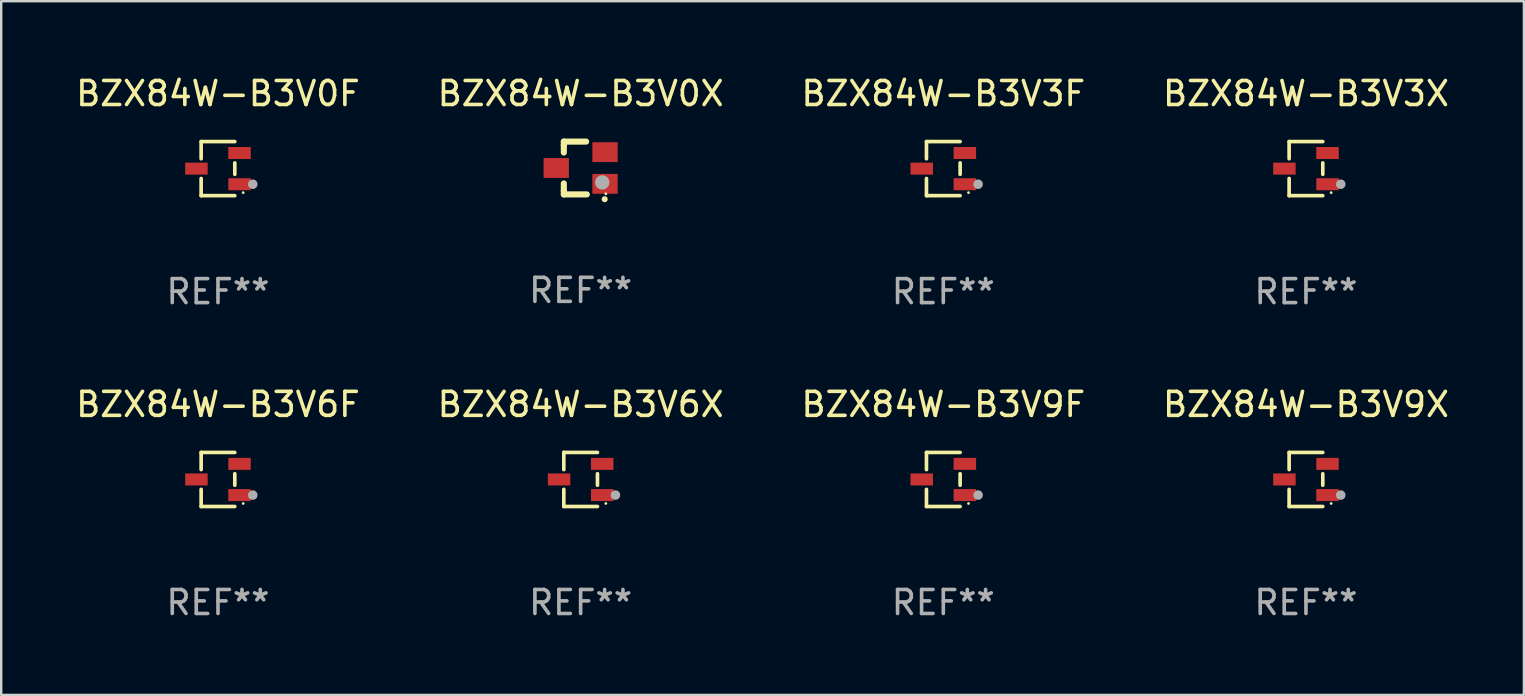
<source format=kicad_pcb>
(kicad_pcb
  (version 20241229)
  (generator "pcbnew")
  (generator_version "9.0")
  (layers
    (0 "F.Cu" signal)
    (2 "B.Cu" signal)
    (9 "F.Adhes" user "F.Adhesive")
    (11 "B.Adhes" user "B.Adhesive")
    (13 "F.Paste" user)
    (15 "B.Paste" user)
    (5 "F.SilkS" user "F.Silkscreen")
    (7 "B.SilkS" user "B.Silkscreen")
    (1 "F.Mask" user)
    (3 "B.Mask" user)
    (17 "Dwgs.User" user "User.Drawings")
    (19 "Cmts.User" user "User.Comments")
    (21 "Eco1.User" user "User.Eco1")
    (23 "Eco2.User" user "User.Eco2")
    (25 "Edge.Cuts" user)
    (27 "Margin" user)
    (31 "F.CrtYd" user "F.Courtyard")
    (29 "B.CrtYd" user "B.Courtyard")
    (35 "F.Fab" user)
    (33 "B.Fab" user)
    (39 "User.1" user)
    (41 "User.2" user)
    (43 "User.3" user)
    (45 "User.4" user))
  (footprint "BZX84W-B3V0X"
    (layer "F.Cu")
    (at 21.137 3.948)
    (property "Reference" "BZX84W-B3V0X" (at 0 -3.1 0) (layer "F.SilkS") (effects (font (size 1 1) (thickness 0.15))))
    (attr through_hole)
    (fp_line (start -0.701 -0.95) (end -0.701 -1.1) (stroke (width 0.254) (type solid)) (layer "F.SilkS"))
    (fp_line (start -0.701 -0.644) (end -0.701 -0.95) (stroke (width 0.254) (type solid)) (layer "F.SilkS"))
    (fp_line (start -0.701 0.95) (end -0.701 0.644) (stroke (width 0.254) (type solid)) (layer "F.SilkS"))
    (fp_line (start -0.701 0.95) (end -0.701 1.1) (stroke (width 0.254) (type solid)) (layer "F.SilkS"))
    (fp_line (start -0.7 -1.1) (end 0.23 -1.1) (stroke (width 0.254) (type solid)) (layer "F.SilkS"))
    (fp_line (start -0.7 1.1) (end 0.258 1.1) (stroke (width 0.254) (type solid)) (layer "F.SilkS"))
    (fp_arc (start 1 1.3) (mid 1.00127 1.299994) (end 1.00254 1.3) (stroke (width 0.24892) (type solid)) (layer "F.SilkS"))
    (fp_circle (center 1.05 1.075) (end 1.08 1.075) (stroke (width 0.06) (type solid)) (fill no) (layer "F.SilkS"))
    (fp_circle (center 0.9 0.6) (end 1.05 0.6) (stroke (width 0.3) (type solid)) (fill no) (layer "F.Fab"))
    (fp_text user "REF**" (at 0 5.1 0) (layer "F.Fab") (effects (font (size 1 1) (thickness 0.15))))
    (pad "1" smd rect (at 1.016 0.66) (size 1.054 0.826) (layers "F.Cu" "F.Mask" "F.Paste"))
    (pad "2" smd rect (at 1.016 -0.66) (size 1.054 0.826) (layers "F.Cu" "F.Mask" "F.Paste"))
    (pad "3" smd rect (at -1.016 0) (size 1.054 0.826) (layers "F.Cu" "F.Mask" "F.Paste")))
  (footprint "BZX84W-B3V0F"
    (layer "F.Cu")
    (at 6.03 3.974)
    (property "Reference" "BZX84W-B3V0F" (at 0 -3.126 0) (layer "F.SilkS") (effects (font (size 1 1) (thickness 0.15))))
    (attr through_hole)
    (fp_line (start -0.701 -1.126) (end -0.701 -0.411) (stroke (width 0.152) (type solid)) (layer "F.SilkS"))
    (fp_line (start -0.701 1.126) (end -0.701 0.411) (stroke (width 0.152) (type solid)) (layer "F.SilkS"))
    (fp_line (start 0.701 -1.126) (end -0.701 -1.126) (stroke (width 0.152) (type solid)) (layer "F.SilkS"))
    (fp_line (start 0.701 -0.239) (end 0.701 0.239) (stroke (width 0.152) (type solid)) (layer "F.SilkS"))
    (fp_line (start 0.701 1.126) (end -0.701 1.126) (stroke (width 0.152) (type solid)) (layer "F.SilkS"))
    (fp_circle (center 1.05 1) (end 1.08 1) (stroke (width 0.06) (type solid)) (fill no) (layer "F.SilkS"))
    (fp_circle (center 1.45 0.65) (end 1.55 0.65) (stroke (width 0.2) (type solid)) (fill no) (layer "F.Fab"))
    (fp_text user "REF**" (at 0 5.126 0) (layer "F.Fab") (effects (font (size 1 1) (thickness 0.15))))
    (pad "1" smd rect (at 0.898 0.65) (size 0.936 0.5) (layers "F.Cu" "F.Mask" "F.Paste"))
    (pad "2" smd rect (at 0.898 -0.65) (size 0.936 0.5) (layers "F.Cu" "F.Mask" "F.Paste"))
    (pad "3" smd rect (at -0.898 0) (size 0.936 0.5) (layers "F.Cu" "F.Mask" "F.Paste")))
  (footprint "BZX84W-B3V9F"
    (layer "F.Cu")
    (at 36.244 16.923)
    (property "Reference" "BZX84W-B3V9F" (at 0 -3.126 0) (layer "F.SilkS") (effects (font (size 1 1) (thickness 0.15))))
    (attr through_hole)
    (fp_line (start -0.701 -1.126) (end -0.701 -0.411) (stroke (width 0.152) (type solid)) (layer "F.SilkS"))
    (fp_line (start -0.701 1.126) (end -0.701 0.411) (stroke (width 0.152) (type solid)) (layer "F.SilkS"))
    (fp_line (start 0.701 -1.126) (end -0.701 -1.126) (stroke (width 0.152) (type solid)) (layer "F.SilkS"))
    (fp_line (start 0.701 -0.239) (end 0.701 0.239) (stroke (width 0.152) (type solid)) (layer "F.SilkS"))
    (fp_line (start 0.701 1.126) (end -0.701 1.126) (stroke (width 0.152) (type solid)) (layer "F.SilkS"))
    (fp_circle (center 1.05 1) (end 1.08 1) (stroke (width 0.06) (type solid)) (fill no) (layer "F.SilkS"))
    (fp_circle (center 1.45 0.65) (end 1.55 0.65) (stroke (width 0.2) (type solid)) (fill no) (layer "F.Fab"))
    (fp_text user "REF**" (at 0 5.126 0) (layer "F.Fab") (effects (font (size 1 1) (thickness 0.15))))
    (pad "1" smd rect (at 0.898 0.65) (size 0.936 0.5) (layers "F.Cu" "F.Mask" "F.Paste"))
    (pad "2" smd rect (at 0.898 -0.65) (size 0.936 0.5) (layers "F.Cu" "F.Mask" "F.Paste"))
    (pad "3" smd rect (at -0.898 0) (size 0.936 0.5) (layers "F.Cu" "F.Mask" "F.Paste")))
  (footprint "BZX84W-B3V3F"
    (layer "F.Cu")
    (at 36.244 3.974)
    (property "Reference" "BZX84W-B3V3F" (at 0 -3.126 0) (layer "F.SilkS") (effects (font (size 1 1) (thickness 0.15))))
    (attr through_hole)
    (fp_line (start -0.701 -1.126) (end -0.701 -0.411) (stroke (width 0.152) (type solid)) (layer "F.SilkS"))
    (fp_line (start -0.701 1.126) (end -0.701 0.411) (stroke (width 0.152) (type solid)) (layer "F.SilkS"))
    (fp_line (start 0.701 -1.126) (end -0.701 -1.126) (stroke (width 0.152) (type solid)) (layer "F.SilkS"))
    (fp_line (start 0.701 -0.239) (end 0.701 0.239) (stroke (width 0.152) (type solid)) (layer "F.SilkS"))
    (fp_line (start 0.701 1.126) (end -0.701 1.126) (stroke (width 0.152) (type solid)) (layer "F.SilkS"))
    (fp_circle (center 1.05 1) (end 1.08 1) (stroke (width 0.06) (type solid)) (fill no) (layer "F.SilkS"))
    (fp_circle (center 1.45 0.65) (end 1.55 0.65) (stroke (width 0.2) (type solid)) (fill no) (layer "F.Fab"))
    (fp_text user "REF**" (at 0 5.126 0) (layer "F.Fab") (effects (font (size 1 1) (thickness 0.15))))
    (pad "1" smd rect (at 0.898 0.65) (size 0.936 0.5) (layers "F.Cu" "F.Mask" "F.Paste"))
    (pad "2" smd rect (at 0.898 -0.65) (size 0.936 0.5) (layers "F.Cu" "F.Mask" "F.Paste"))
    (pad "3" smd rect (at -0.898 0) (size 0.936 0.5) (layers "F.Cu" "F.Mask" "F.Paste")))
  (footprint "BZX84W-B3V9X"
    (layer "F.Cu")
    (at 51.351 16.923)
    (property "Reference" "BZX84W-B3V9X" (at 0 -3.126 0) (layer "F.SilkS") (effects (font (size 1 1) (thickness 0.15))))
    (attr through_hole)
    (fp_line (start -0.701 -1.126) (end -0.701 -0.411) (stroke (width 0.152) (type solid)) (layer "F.SilkS"))
    (fp_line (start -0.701 1.126) (end -0.701 0.411) (stroke (width 0.152) (type solid)) (layer "F.SilkS"))
    (fp_line (start 0.701 -1.126) (end -0.701 -1.126) (stroke (width 0.152) (type solid)) (layer "F.SilkS"))
    (fp_line (start 0.701 -0.239) (end 0.701 0.239) (stroke (width 0.152) (type solid)) (layer "F.SilkS"))
    (fp_line (start 0.701 1.126) (end -0.701 1.126) (stroke (width 0.152) (type solid)) (layer "F.SilkS"))
    (fp_circle (center 1.05 1) (end 1.08 1) (stroke (width 0.06) (type solid)) (fill no) (layer "F.SilkS"))
    (fp_circle (center 1.45 0.65) (end 1.55 0.65) (stroke (width 0.2) (type solid)) (fill no) (layer "F.Fab"))
    (fp_text user "REF**" (at 0 5.126 0) (layer "F.Fab") (effects (font (size 1 1) (thickness 0.15))))
    (pad "1" smd rect (at 0.898 0.65) (size 0.936 0.5) (layers "F.Cu" "F.Mask" "F.Paste"))
    (pad "2" smd rect (at 0.898 -0.65) (size 0.936 0.5) (layers "F.Cu" "F.Mask" "F.Paste"))
    (pad "3" smd rect (at -0.898 0) (size 0.936 0.5) (layers "F.Cu" "F.Mask" "F.Paste")))
  (footprint "BZX84W-B3V3X"
    (layer "F.Cu")
    (at 51.351 3.974)
    (property "Reference" "BZX84W-B3V3X" (at 0 -3.126 0) (layer "F.SilkS") (effects (font (size 1 1) (thickness 0.15))))
    (attr through_hole)
    (fp_line (start -0.701 -1.126) (end -0.701 -0.411) (stroke (width 0.152) (type solid)) (layer "F.SilkS"))
    (fp_line (start -0.701 1.126) (end -0.701 0.411) (stroke (width 0.152) (type solid)) (layer "F.SilkS"))
    (fp_line (start 0.701 -1.126) (end -0.701 -1.126) (stroke (width 0.152) (type solid)) (layer "F.SilkS"))
    (fp_line (start 0.701 -0.239) (end 0.701 0.239) (stroke (width 0.152) (type solid)) (layer "F.SilkS"))
    (fp_line (start 0.701 1.126) (end -0.701 1.126) (stroke (width 0.152) (type solid)) (layer "F.SilkS"))
    (fp_circle (center 1.05 1) (end 1.08 1) (stroke (width 0.06) (type solid)) (fill no) (layer "F.SilkS"))
    (fp_circle (center 1.45 0.65) (end 1.55 0.65) (stroke (width 0.2) (type solid)) (fill no) (layer "F.Fab"))
    (fp_text user "REF**" (at 0 5.126 0) (layer "F.Fab") (effects (font (size 1 1) (thickness 0.15))))
    (pad "1" smd rect (at 0.898 0.65) (size 0.936 0.5) (layers "F.Cu" "F.Mask" "F.Paste"))
    (pad "2" smd rect (at 0.898 -0.65) (size 0.936 0.5) (layers "F.Cu" "F.Mask" "F.Paste"))
    (pad "3" smd rect (at -0.898 0) (size 0.936 0.5) (layers "F.Cu" "F.Mask" "F.Paste")))
  (footprint "BZX84W-B3V6X"
    (layer "F.Cu")
    (at 21.137 16.923)
    (property "Reference" "BZX84W-B3V6X" (at 0 -3.126 0) (layer "F.SilkS") (effects (font (size 1 1) (thickness 0.15))))
    (attr through_hole)
    (fp_line (start -0.701 -1.126) (end -0.701 -0.411) (stroke (width 0.152) (type solid)) (layer "F.SilkS"))
    (fp_line (start -0.701 1.126) (end -0.701 0.411) (stroke (width 0.152) (type solid)) (layer "F.SilkS"))
    (fp_line (start 0.701 -1.126) (end -0.701 -1.126) (stroke (width 0.152) (type solid)) (layer "F.SilkS"))
    (fp_line (start 0.701 -0.239) (end 0.701 0.239) (stroke (width 0.152) (type solid)) (layer "F.SilkS"))
    (fp_line (start 0.701 1.126) (end -0.701 1.126) (stroke (width 0.152) (type solid)) (layer "F.SilkS"))
    (fp_circle (center 1.05 1) (end 1.08 1) (stroke (width 0.06) (type solid)) (fill no) (layer "F.SilkS"))
    (fp_circle (center 1.45 0.65) (end 1.55 0.65) (stroke (width 0.2) (type solid)) (fill no) (layer "F.Fab"))
    (fp_text user "REF**" (at 0 5.126 0) (layer "F.Fab") (effects (font (size 1 1) (thickness 0.15))))
    (pad "1" smd rect (at 0.898 0.65) (size 0.936 0.5) (layers "F.Cu" "F.Mask" "F.Paste"))
    (pad "2" smd rect (at 0.898 -0.65) (size 0.936 0.5) (layers "F.Cu" "F.Mask" "F.Paste"))
    (pad "3" smd rect (at -0.898 0) (size 0.936 0.5) (layers "F.Cu" "F.Mask" "F.Paste")))
  (footprint "BZX84W-B3V6F"
    (layer "F.Cu")
    (at 6.03 16.923)
    (property "Reference" "BZX84W-B3V6F" (at 0 -3.126 0) (layer "F.SilkS") (effects (font (size 1 1) (thickness 0.15))))
    (attr through_hole)
    (fp_line (start -0.701 -1.126) (end -0.701 -0.411) (stroke (width 0.152) (type solid)) (layer "F.SilkS"))
    (fp_line (start -0.701 1.126) (end -0.701 0.411) (stroke (width 0.152) (type solid)) (layer "F.SilkS"))
    (fp_line (start 0.701 -1.126) (end -0.701 -1.126) (stroke (width 0.152) (type solid)) (layer "F.SilkS"))
    (fp_line (start 0.701 -0.239) (end 0.701 0.239) (stroke (width 0.152) (type solid)) (layer "F.SilkS"))
    (fp_line (start 0.701 1.126) (end -0.701 1.126) (stroke (width 0.152) (type solid)) (layer "F.SilkS"))
    (fp_circle (center 1.05 1) (end 1.08 1) (stroke (width 0.06) (type solid)) (fill no) (layer "F.SilkS"))
    (fp_circle (center 1.45 0.65) (end 1.55 0.65) (stroke (width 0.2) (type solid)) (fill no) (layer "F.Fab"))
    (fp_text user "REF**" (at 0 5.126 0) (layer "F.Fab") (effects (font (size 1 1) (thickness 0.15))))
    (pad "1" smd rect (at 0.898 0.65) (size 0.936 0.5) (layers "F.Cu" "F.Mask" "F.Paste"))
    (pad "2" smd rect (at 0.898 -0.65) (size 0.936 0.5) (layers "F.Cu" "F.Mask" "F.Paste"))
    (pad "3" smd rect (at -0.898 0) (size 0.936 0.5) (layers "F.Cu" "F.Mask" "F.Paste")))
  (gr_rect
    (start -3 -3)
    (end 60.429 25.898)
    (stroke (width 0.1) (type default))
    (fill no)
    (layer "Edge.Cuts")))
</source>
